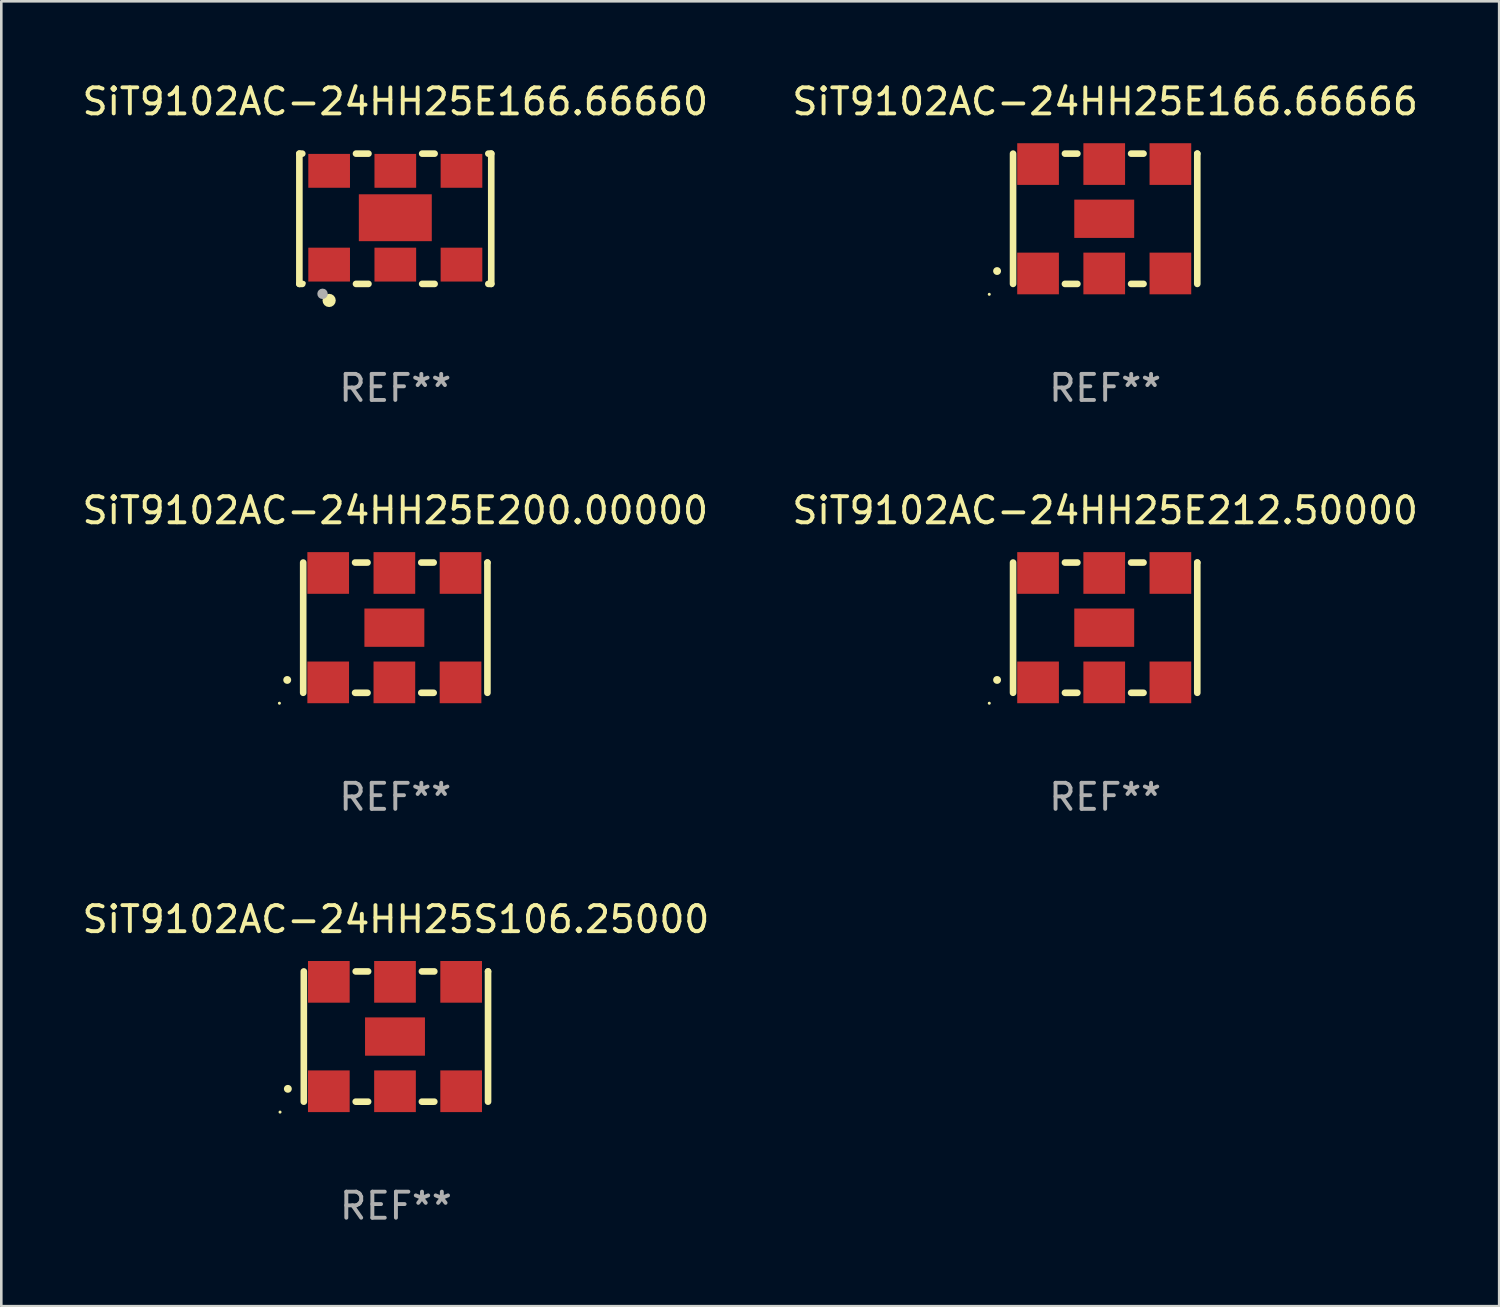
<source format=kicad_pcb>
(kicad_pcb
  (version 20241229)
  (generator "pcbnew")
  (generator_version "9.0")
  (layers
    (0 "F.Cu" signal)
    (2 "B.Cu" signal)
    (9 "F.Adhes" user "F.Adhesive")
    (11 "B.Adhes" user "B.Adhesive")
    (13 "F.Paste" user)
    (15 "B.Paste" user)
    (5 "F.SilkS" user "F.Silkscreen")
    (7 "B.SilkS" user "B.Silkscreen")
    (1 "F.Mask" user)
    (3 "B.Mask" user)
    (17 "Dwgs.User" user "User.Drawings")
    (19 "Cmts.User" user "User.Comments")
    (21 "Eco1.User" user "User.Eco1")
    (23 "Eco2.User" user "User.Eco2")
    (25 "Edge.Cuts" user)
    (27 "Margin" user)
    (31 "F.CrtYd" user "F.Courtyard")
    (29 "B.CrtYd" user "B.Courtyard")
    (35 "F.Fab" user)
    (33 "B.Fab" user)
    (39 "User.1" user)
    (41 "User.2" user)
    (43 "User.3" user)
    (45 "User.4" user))
  (footprint "SiT9102AC-24HH25E166.66660"
    (layer "F.Cu")
    (at 12.125 5.348)
    (property "Reference" "SiT9102AC-24HH25E166.66660" (at 0 -4.5 0) (layer "F.SilkS") (effects (font (size 1 1) (thickness 0.15))))
    (attr through_hole)
    (fp_line (start -3.683 -2.5) (end -3.571 -2.5) (stroke (width 0.254) (type solid)) (layer "F.SilkS"))
    (fp_line (start -3.683 2.5) (end -3.683 -2.5) (stroke (width 0.254) (type solid)) (layer "F.SilkS"))
    (fp_line (start -3.683 2.5) (end -3.571 2.5) (stroke (width 0.254) (type solid)) (layer "F.SilkS"))
    (fp_line (start -1.509 -2.5) (end -1.031 -2.5) (stroke (width 0.254) (type solid)) (layer "F.SilkS"))
    (fp_line (start -1.509 2.5) (end -1.031 2.5) (stroke (width 0.254) (type solid)) (layer "F.SilkS"))
    (fp_line (start 1.031 -2.5) (end 1.509 -2.5) (stroke (width 0.254) (type solid)) (layer "F.SilkS"))
    (fp_line (start 1.031 2.5) (end 1.509 2.5) (stroke (width 0.254) (type solid)) (layer "F.SilkS"))
    (fp_line (start 3.571 -2.5) (end 3.683 -2.5) (stroke (width 0.254) (type solid)) (layer "F.SilkS"))
    (fp_line (start 3.571 2.5) (end 3.683 2.5) (stroke (width 0.254) (type solid)) (layer "F.SilkS"))
    (fp_line (start 3.683 2.5) (end 3.683 -2.5) (stroke (width 0.254) (type solid)) (layer "F.SilkS"))
    (fp_circle (center -3.5 2.46) (end -3.47 2.46) (stroke (width 0.06) (type solid)) (fill no) (layer "F.SilkS"))
    (fp_circle (center -2.54 3.135) (end -2.413 3.135) (stroke (width 0.254) (type solid)) (fill no) (layer "F.SilkS"))
    (fp_circle (center -2.794 2.881) (end -2.694 2.881) (stroke (width 0.2) (type solid)) (fill no) (layer "F.Fab"))
    (fp_text user "REF**" (at 0 6.5 0) (layer "F.Fab") (effects (font (size 1 1) (thickness 0.15))))
    (pad "1" smd rect (at -2.54 1.76) (size 1.6 1.3) (layers "F.Cu" "F.Mask" "F.Paste"))
    (pad "2" smd rect (at 0 1.76) (size 1.6 1.3) (layers "F.Cu" "F.Mask" "F.Paste"))
    (pad "3" smd rect (at 2.54 1.76) (size 1.6 1.3) (layers "F.Cu" "F.Mask" "F.Paste"))
    (pad "4" smd rect (at 2.54 -1.84) (size 1.6 1.3) (layers "F.Cu" "F.Mask" "F.Paste"))
    (pad "5" smd rect (at 0 -1.84) (size 1.6 1.3) (layers "F.Cu" "F.Mask" "F.Paste"))
    (pad "6" smd rect (at -2.54 -1.84) (size 1.6 1.3) (layers "F.Cu" "F.Mask" "F.Paste"))
    (pad "7" smd rect (at 0 -0.04) (size 2.8 1.8) (layers "F.Cu" "F.Mask" "F.Paste")))
  (footprint "SiT9102AC-24HH25E212.50000"
    (layer "F.Cu")
    (at 39.375 21.045)
    (property "Reference" "SiT9102AC-24HH25E212.50000" (at 0 -4.5 0) (layer "F.SilkS") (effects (font (size 1 1) (thickness 0.15))))
    (attr through_hole)
    (fp_line (start -3.536 -2.5) (end -3.536 2.5) (stroke (width 0.254) (type solid)) (layer "F.SilkS"))
    (fp_line (start -1.544 2.5) (end -1.067 2.5) (stroke (width 0.254) (type solid)) (layer "F.SilkS"))
    (fp_line (start -1.067 -2.5) (end -1.544 -2.5) (stroke (width 0.254) (type solid)) (layer "F.SilkS"))
    (fp_line (start 0.996 2.5) (end 1.473 2.5) (stroke (width 0.254) (type solid)) (layer "F.SilkS"))
    (fp_line (start 1.473 -2.5) (end 0.996 -2.5) (stroke (width 0.254) (type solid)) (layer "F.SilkS"))
    (fp_line (start 3.536 -2.5) (end 3.536 -2.5) (stroke (width 0.254) (type solid)) (layer "F.SilkS"))
    (fp_line (start 3.536 2.5) (end 3.536 -2.5) (stroke (width 0.254) (type solid)) (layer "F.SilkS"))
    (fp_arc (start -4.150432 2.006604) (mid -4.149162 2.006599) (end -4.147892 2.006604) (stroke (width 0.3) (type solid)) (layer "F.SilkS"))
    (fp_circle (center -4.449 2.9) (end -4.419 2.9) (stroke (width 0.06) (type solid)) (fill no) (layer "F.SilkS"))
    (fp_text user "REF**" (at 0 6.5 0) (layer "F.Fab") (effects (font (size 1 1) (thickness 0.15))))
    (pad "1" smd rect (at -2.576 2.1) (size 1.6 1.6) (layers "F.Cu" "F.Mask" "F.Paste"))
    (pad "2" smd rect (at -0.036 2.1) (size 1.6 1.6) (layers "F.Cu" "F.Mask" "F.Paste"))
    (pad "3" smd rect (at 2.504 2.1) (size 1.6 1.6) (layers "F.Cu" "F.Mask" "F.Paste"))
    (pad "4" smd rect (at 2.504 -2.1) (size 1.6 1.6) (layers "F.Cu" "F.Mask" "F.Paste"))
    (pad "5" smd rect (at -0.036 -2.1) (size 1.6 1.6) (layers "F.Cu" "F.Mask" "F.Paste"))
    (pad "6" smd rect (at -2.576 -2.1) (size 1.6 1.6) (layers "F.Cu" "F.Mask" "F.Paste"))
    (pad "7" smd rect (at -0.036 0) (size 2.3 1.47) (layers "F.Cu" "F.Mask" "F.Paste")))
  (footprint "SiT9102AC-24HH25E200.00000"
    (layer "F.Cu")
    (at 12.125 21.045)
    (property "Reference" "SiT9102AC-24HH25E200.00000" (at 0 -4.5 0) (layer "F.SilkS") (effects (font (size 1 1) (thickness 0.15))))
    (attr through_hole)
    (fp_line (start -3.536 -2.5) (end -3.536 2.5) (stroke (width 0.254) (type solid)) (layer "F.SilkS"))
    (fp_line (start -1.544 2.5) (end -1.067 2.5) (stroke (width 0.254) (type solid)) (layer "F.SilkS"))
    (fp_line (start -1.067 -2.5) (end -1.544 -2.5) (stroke (width 0.254) (type solid)) (layer "F.SilkS"))
    (fp_line (start 0.996 2.5) (end 1.473 2.5) (stroke (width 0.254) (type solid)) (layer "F.SilkS"))
    (fp_line (start 1.473 -2.5) (end 0.996 -2.5) (stroke (width 0.254) (type solid)) (layer "F.SilkS"))
    (fp_line (start 3.536 -2.5) (end 3.536 -2.5) (stroke (width 0.254) (type solid)) (layer "F.SilkS"))
    (fp_line (start 3.536 2.5) (end 3.536 -2.5) (stroke (width 0.254) (type solid)) (layer "F.SilkS"))
    (fp_arc (start -4.150432 2.006604) (mid -4.149162 2.006599) (end -4.147892 2.006604) (stroke (width 0.3) (type solid)) (layer "F.SilkS"))
    (fp_circle (center -4.449 2.9) (end -4.419 2.9) (stroke (width 0.06) (type solid)) (fill no) (layer "F.SilkS"))
    (fp_text user "REF**" (at 0 6.5 0) (layer "F.Fab") (effects (font (size 1 1) (thickness 0.15))))
    (pad "1" smd rect (at -2.576 2.1) (size 1.6 1.6) (layers "F.Cu" "F.Mask" "F.Paste"))
    (pad "2" smd rect (at -0.036 2.1) (size 1.6 1.6) (layers "F.Cu" "F.Mask" "F.Paste"))
    (pad "3" smd rect (at 2.504 2.1) (size 1.6 1.6) (layers "F.Cu" "F.Mask" "F.Paste"))
    (pad "4" smd rect (at 2.504 -2.1) (size 1.6 1.6) (layers "F.Cu" "F.Mask" "F.Paste"))
    (pad "5" smd rect (at -0.036 -2.1) (size 1.6 1.6) (layers "F.Cu" "F.Mask" "F.Paste"))
    (pad "6" smd rect (at -2.576 -2.1) (size 1.6 1.6) (layers "F.Cu" "F.Mask" "F.Paste"))
    (pad "7" smd rect (at -0.036 0) (size 2.3 1.47) (layers "F.Cu" "F.Mask" "F.Paste")))
  (footprint "SiT9102AC-24HH25E166.66666"
    (layer "F.Cu")
    (at 39.375 5.348)
    (property "Reference" "SiT9102AC-24HH25E166.66666" (at 0 -4.5 0) (layer "F.SilkS") (effects (font (size 1 1) (thickness 0.15))))
    (attr through_hole)
    (fp_line (start -3.536 -2.5) (end -3.536 2.5) (stroke (width 0.254) (type solid)) (layer "F.SilkS"))
    (fp_line (start -1.544 2.5) (end -1.067 2.5) (stroke (width 0.254) (type solid)) (layer "F.SilkS"))
    (fp_line (start -1.067 -2.5) (end -1.544 -2.5) (stroke (width 0.254) (type solid)) (layer "F.SilkS"))
    (fp_line (start 0.996 2.5) (end 1.473 2.5) (stroke (width 0.254) (type solid)) (layer "F.SilkS"))
    (fp_line (start 1.473 -2.5) (end 0.996 -2.5) (stroke (width 0.254) (type solid)) (layer "F.SilkS"))
    (fp_line (start 3.536 -2.5) (end 3.536 -2.5) (stroke (width 0.254) (type solid)) (layer "F.SilkS"))
    (fp_line (start 3.536 2.5) (end 3.536 -2.5) (stroke (width 0.254) (type solid)) (layer "F.SilkS"))
    (fp_arc (start -4.150432 2.006604) (mid -4.149162 2.006599) (end -4.147892 2.006604) (stroke (width 0.3) (type solid)) (layer "F.SilkS"))
    (fp_circle (center -4.449 2.9) (end -4.419 2.9) (stroke (width 0.06) (type solid)) (fill no) (layer "F.SilkS"))
    (fp_text user "REF**" (at 0 6.5 0) (layer "F.Fab") (effects (font (size 1 1) (thickness 0.15))))
    (pad "1" smd rect (at -2.576 2.1) (size 1.6 1.6) (layers "F.Cu" "F.Mask" "F.Paste"))
    (pad "2" smd rect (at -0.036 2.1) (size 1.6 1.6) (layers "F.Cu" "F.Mask" "F.Paste"))
    (pad "3" smd rect (at 2.504 2.1) (size 1.6 1.6) (layers "F.Cu" "F.Mask" "F.Paste"))
    (pad "4" smd rect (at 2.504 -2.1) (size 1.6 1.6) (layers "F.Cu" "F.Mask" "F.Paste"))
    (pad "5" smd rect (at -0.036 -2.1) (size 1.6 1.6) (layers "F.Cu" "F.Mask" "F.Paste"))
    (pad "6" smd rect (at -2.576 -2.1) (size 1.6 1.6) (layers "F.Cu" "F.Mask" "F.Paste"))
    (pad "7" smd rect (at -0.036 0) (size 2.3 1.47) (layers "F.Cu" "F.Mask" "F.Paste")))
  (footprint "SiT9102AC-24HH25S106.25000"
    (layer "F.Cu")
    (at 12.149 36.741)
    (property "Reference" "SiT9102AC-24HH25S106.25000" (at 0 -4.5 0) (layer "F.SilkS") (effects (font (size 1 1) (thickness 0.15))))
    (attr through_hole)
    (fp_line (start -3.536 -2.5) (end -3.536 2.5) (stroke (width 0.254) (type solid)) (layer "F.SilkS"))
    (fp_line (start -1.544 2.5) (end -1.067 2.5) (stroke (width 0.254) (type solid)) (layer "F.SilkS"))
    (fp_line (start -1.067 -2.5) (end -1.544 -2.5) (stroke (width 0.254) (type solid)) (layer "F.SilkS"))
    (fp_line (start 0.996 2.5) (end 1.473 2.5) (stroke (width 0.254) (type solid)) (layer "F.SilkS"))
    (fp_line (start 1.473 -2.5) (end 0.996 -2.5) (stroke (width 0.254) (type solid)) (layer "F.SilkS"))
    (fp_line (start 3.536 -2.5) (end 3.536 -2.5) (stroke (width 0.254) (type solid)) (layer "F.SilkS"))
    (fp_line (start 3.536 2.5) (end 3.536 -2.5) (stroke (width 0.254) (type solid)) (layer "F.SilkS"))
    (fp_arc (start -4.150432 2.006604) (mid -4.149162 2.006599) (end -4.147892 2.006604) (stroke (width 0.3) (type solid)) (layer "F.SilkS"))
    (fp_circle (center -4.449 2.9) (end -4.419 2.9) (stroke (width 0.06) (type solid)) (fill no) (layer "F.SilkS"))
    (fp_text user "REF**" (at 0 6.5 0) (layer "F.Fab") (effects (font (size 1 1) (thickness 0.15))))
    (pad "1" smd rect (at -2.576 2.1) (size 1.6 1.6) (layers "F.Cu" "F.Mask" "F.Paste"))
    (pad "2" smd rect (at -0.036 2.1) (size 1.6 1.6) (layers "F.Cu" "F.Mask" "F.Paste"))
    (pad "3" smd rect (at 2.504 2.1) (size 1.6 1.6) (layers "F.Cu" "F.Mask" "F.Paste"))
    (pad "4" smd rect (at 2.504 -2.1) (size 1.6 1.6) (layers "F.Cu" "F.Mask" "F.Paste"))
    (pad "5" smd rect (at -0.036 -2.1) (size 1.6 1.6) (layers "F.Cu" "F.Mask" "F.Paste"))
    (pad "6" smd rect (at -2.576 -2.1) (size 1.6 1.6) (layers "F.Cu" "F.Mask" "F.Paste"))
    (pad "7" smd rect (at -0.036 0) (size 2.3 1.47) (layers "F.Cu" "F.Mask" "F.Paste")))
  (gr_rect
    (start -3 -3)
    (end 54.5 47.09)
    (stroke (width 0.1) (type default))
    (fill no)
    (layer "Edge.Cuts")))
</source>
